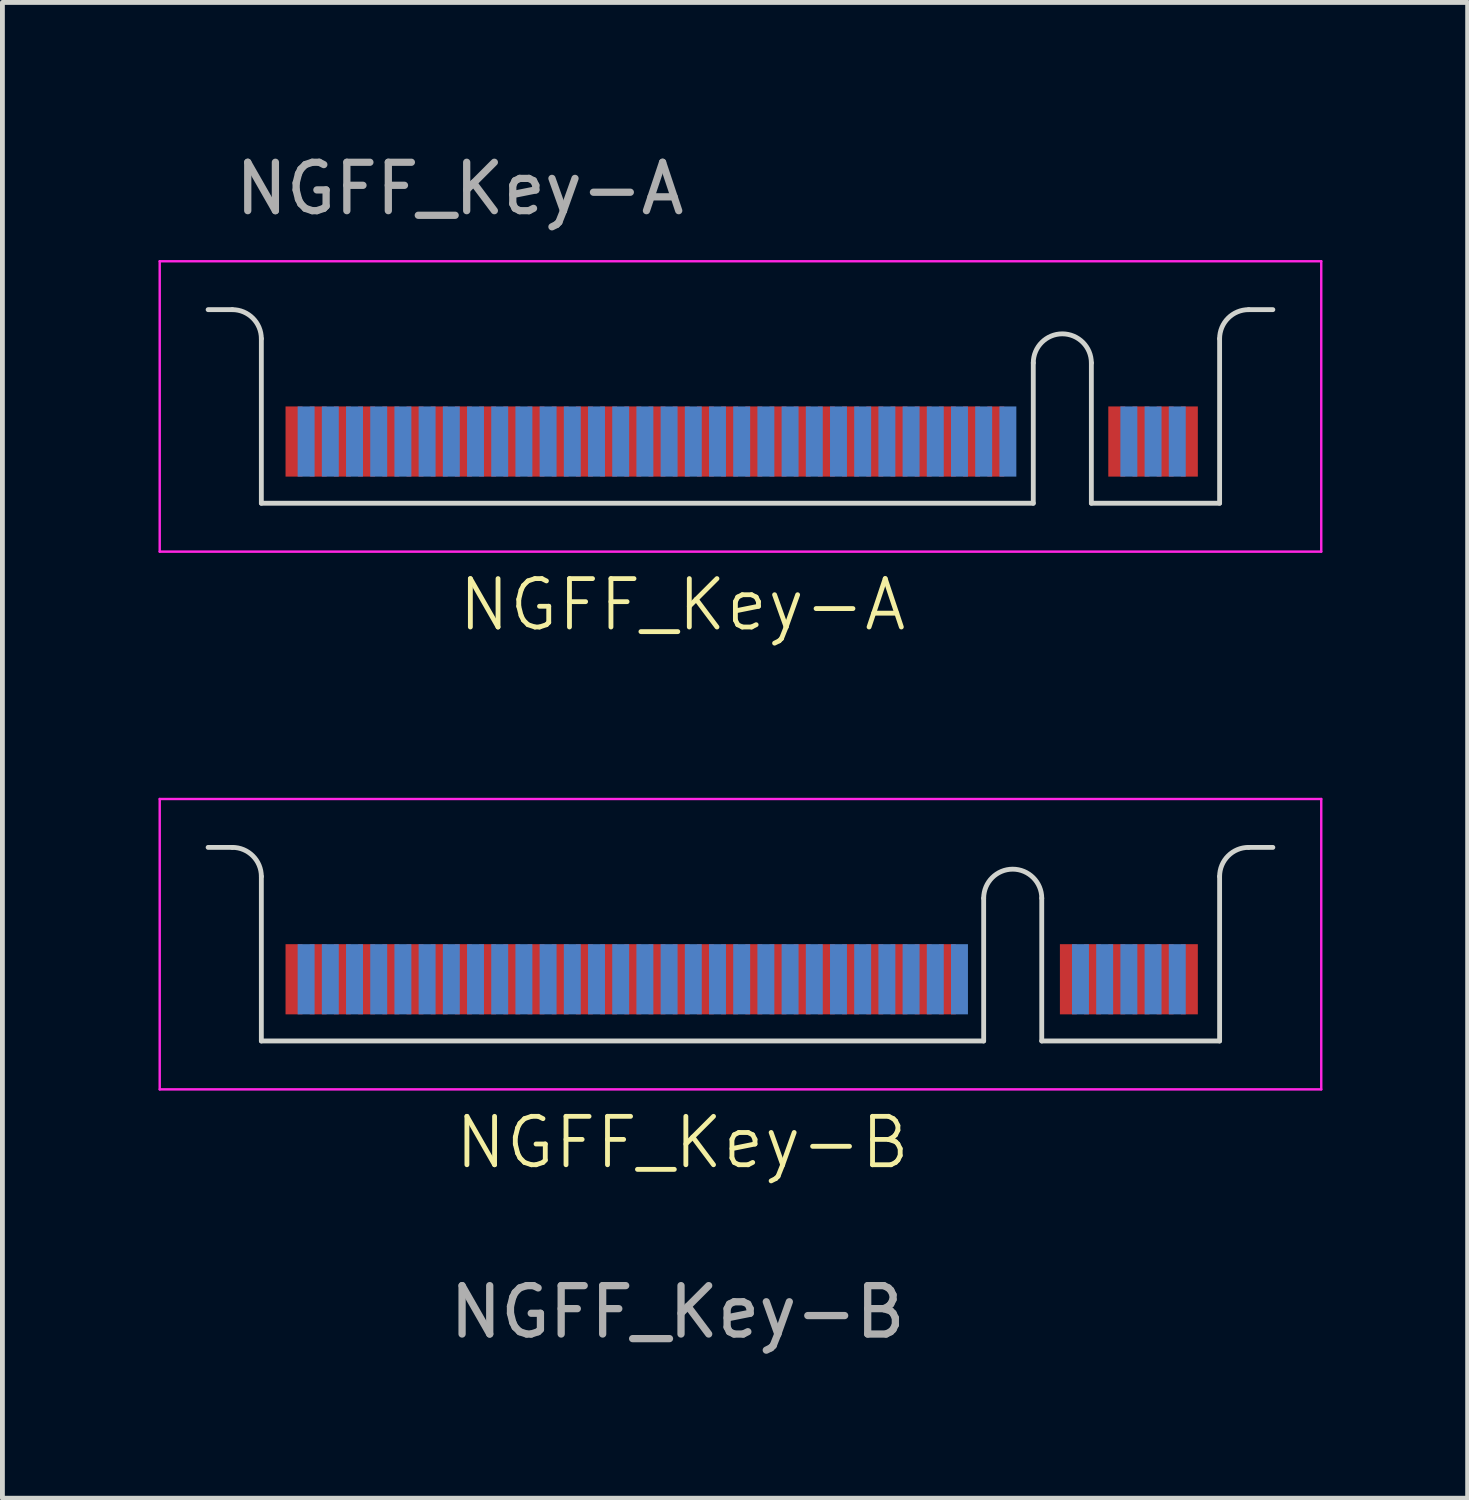
<source format=kicad_pcb>
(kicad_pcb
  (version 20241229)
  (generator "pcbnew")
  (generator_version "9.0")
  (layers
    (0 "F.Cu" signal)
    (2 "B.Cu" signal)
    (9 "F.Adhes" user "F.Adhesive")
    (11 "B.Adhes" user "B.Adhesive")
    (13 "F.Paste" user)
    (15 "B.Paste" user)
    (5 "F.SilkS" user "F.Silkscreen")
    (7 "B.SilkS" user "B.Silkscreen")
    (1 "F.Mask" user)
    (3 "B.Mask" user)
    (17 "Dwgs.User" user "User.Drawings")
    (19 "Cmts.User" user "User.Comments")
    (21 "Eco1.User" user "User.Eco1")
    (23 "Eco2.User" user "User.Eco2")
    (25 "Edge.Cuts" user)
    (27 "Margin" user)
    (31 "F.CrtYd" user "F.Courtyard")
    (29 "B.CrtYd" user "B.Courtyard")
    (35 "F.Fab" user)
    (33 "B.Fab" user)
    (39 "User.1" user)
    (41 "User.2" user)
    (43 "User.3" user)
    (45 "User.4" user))
  (footprint "NGFF_Key-B"
    (layer "F.Cu")
    (at 0.25 13.459)
    (property "Reference" "NGFF_Key-B" (at 10.8 7.1 0) (unlocked yes) (layer "F.SilkS") (effects (font (size 1 1) (thickness 0.1))))
    (attr smd)
    (fp_line (start 1 1) (end 1.5 1) (stroke (width 0.1) (type default)) (layer "Edge.Cuts"))
    (fp_line (start 2.1 1.6) (end 2.1 5) (stroke (width 0.1) (type default)) (layer "Edge.Cuts"))
    (fp_line (start 2.1 5) (end 17.025 5) (stroke (width 0.1) (type solid)) (layer "Edge.Cuts"))
    (fp_line (start 17.025 5) (end 17.025 2.05) (stroke (width 0.1) (type solid)) (layer "Edge.Cuts"))
    (fp_line (start 18.225 2.05) (end 18.225 5) (stroke (width 0.1) (type solid)) (layer "Edge.Cuts"))
    (fp_line (start 18.225 5) (end 21.9 5) (stroke (width 0.1) (type solid)) (layer "Edge.Cuts"))
    (fp_line (start 21.9 1.6) (end 21.9 5) (stroke (width 0.1) (type default)) (layer "Edge.Cuts"))
    (fp_line (start 23 1) (end 22.5 1) (stroke (width 0.1) (type default)) (layer "Edge.Cuts"))
    (fp_arc (start 1.5 1) (mid 1.924264 1.175736) (end 2.1 1.6) (stroke (width 0.1) (type default)) (layer "Edge.Cuts"))
    (fp_arc (start 17.025 2.05) (mid 17.625 1.45) (end 18.225 2.05) (stroke (width 0.1) (type solid)) (layer "Edge.Cuts"))
    (fp_arc (start 21.9 1.6) (mid 22.075736 1.175736) (end 22.5 1) (stroke (width 0.1) (type default)) (layer "Edge.Cuts"))
    (fp_line (start 0 0) (end 0 6) (stroke (width 0.05) (type default)) (layer "F.CrtYd"))
    (fp_line (start 0 6) (end 24 6) (stroke (width 0.05) (type default)) (layer "F.CrtYd"))
    (fp_line (start 24 0) (end 0 0) (stroke (width 0.05) (type default)) (layer "F.CrtYd"))
    (fp_line (start 24 6) (end 24 0) (stroke (width 0.05) (type default)) (layer "F.CrtYd"))
    (fp_text user "${REFERENCE}" (at 10.7 10.6 0) (unlocked yes) (layer "F.Fab") (effects (font (size 1 1) (thickness 0.15))))
    (pad "1" connect rect (at 21.275 3.725) (size 0.35 1.45) (layers "F.Cu" "F.Mask"))
    (pad "2" connect rect (at 21.025 3.725) (size 0.35 1.45) (layers "B.Cu" "B.Mask"))
    (pad "3" connect rect (at 20.775 3.725) (size 0.35 1.45) (layers "F.Cu" "F.Mask"))
    (pad "4" connect rect (at 20.525 3.725) (size 0.35 1.45) (layers "B.Cu" "B.Mask"))
    (pad "5" connect rect (at 20.275 3.725) (size 0.35 1.45) (layers "F.Cu" "F.Mask"))
    (pad "6" connect rect (at 20.025 3.725) (size 0.35 1.45) (layers "B.Cu" "B.Mask"))
    (pad "7" connect rect (at 19.775 3.725) (size 0.35 1.45) (layers "F.Cu" "F.Mask"))
    (pad "8" connect rect (at 19.525 3.725) (size 0.35 1.45) (layers "B.Cu" "B.Mask"))
    (pad "9" connect rect (at 19.275 3.725) (size 0.35 1.45) (layers "F.Cu" "F.Mask"))
    (pad "10" connect rect (at 19.025 3.725) (size 0.35 1.45) (layers "B.Cu" "B.Mask"))
    (pad "11" connect rect (at 18.775 3.725) (size 0.35 1.45) (layers "F.Cu" "F.Mask"))
    (pad "20" connect rect (at 16.525 3.725) (size 0.35 1.45) (layers "B.Cu" "B.Mask"))
    (pad "21" connect rect (at 16.275 3.725) (size 0.35 1.45) (layers "F.Cu" "F.Mask"))
    (pad "22" connect rect (at 16.025 3.725) (size 0.35 1.45) (layers "B.Cu" "B.Mask"))
    (pad "23" connect rect (at 15.775 3.725) (size 0.35 1.45) (layers "F.Cu" "F.Mask"))
    (pad "24" connect rect (at 15.525 3.725) (size 0.35 1.45) (layers "B.Cu" "B.Mask"))
    (pad "25" connect rect (at 15.275 3.725) (size 0.35 1.45) (layers "F.Cu" "F.Mask"))
    (pad "26" connect rect (at 15.025 3.725) (size 0.35 1.45) (layers "B.Cu" "B.Mask"))
    (pad "27" connect rect (at 14.775 3.725) (size 0.35 1.45) (layers "F.Cu" "F.Mask"))
    (pad "28" connect rect (at 14.525 3.725) (size 0.35 1.45) (layers "B.Cu" "B.Mask"))
    (pad "29" connect rect (at 14.275 3.725) (size 0.35 1.45) (layers "F.Cu" "F.Mask"))
    (pad "30" connect rect (at 14.025 3.725) (size 0.35 1.45) (layers "B.Cu" "B.Mask"))
    (pad "31" connect rect (at 13.775 3.725) (size 0.35 1.45) (layers "F.Cu" "F.Mask"))
    (pad "32" connect rect (at 13.525 3.725) (size 0.35 1.45) (layers "B.Cu" "B.Mask"))
    (pad "33" connect rect (at 13.275 3.725) (size 0.35 1.45) (layers "F.Cu" "F.Mask"))
    (pad "34" connect rect (at 13.025 3.725) (size 0.35 1.45) (layers "B.Cu" "B.Mask"))
    (pad "35" connect rect (at 12.775 3.725) (size 0.35 1.45) (layers "F.Cu" "F.Mask"))
    (pad "36" connect rect (at 12.525 3.725) (size 0.35 1.45) (layers "B.Cu" "B.Mask"))
    (pad "37" connect rect (at 12.275 3.725) (size 0.35 1.45) (layers "F.Cu" "F.Mask"))
    (pad "38" connect rect (at 12.025 3.725) (size 0.35 1.45) (layers "B.Cu" "B.Mask"))
    (pad "39" connect rect (at 11.775 3.725) (size 0.35 1.45) (layers "F.Cu" "F.Mask"))
    (pad "40" connect rect (at 11.525 3.725) (size 0.35 1.45) (layers "B.Cu" "B.Mask"))
    (pad "41" connect rect (at 11.275 3.725) (size 0.35 1.45) (layers "F.Cu" "F.Mask"))
    (pad "42" connect rect (at 11.025 3.725) (size 0.35 1.45) (layers "B.Cu" "B.Mask"))
    (pad "43" connect rect (at 10.775 3.725) (size 0.35 1.45) (layers "F.Cu" "F.Mask"))
    (pad "44" connect rect (at 10.525 3.725) (size 0.35 1.45) (layers "B.Cu" "B.Mask"))
    (pad "45" connect rect (at 10.275 3.725) (size 0.35 1.45) (layers "F.Cu" "F.Mask"))
    (pad "46" connect rect (at 10.025 3.725) (size 0.35 1.45) (layers "B.Cu" "B.Mask"))
    (pad "47" connect rect (at 9.775 3.725) (size 0.35 1.45) (layers "F.Cu" "F.Mask"))
    (pad "48" connect rect (at 9.525 3.725) (size 0.35 1.45) (layers "B.Cu" "B.Mask"))
    (pad "49" connect rect (at 9.275 3.725) (size 0.35 1.45) (layers "F.Cu" "F.Mask"))
    (pad "50" connect rect (at 9.025 3.725) (size 0.35 1.45) (layers "B.Cu" "B.Mask"))
    (pad "51" connect rect (at 8.775 3.725) (size 0.35 1.45) (layers "F.Cu" "F.Mask"))
    (pad "52" connect rect (at 8.525 3.725) (size 0.35 1.45) (layers "B.Cu" "B.Mask"))
    (pad "53" connect rect (at 8.275 3.725) (size 0.35 1.45) (layers "F.Cu" "F.Mask"))
    (pad "54" connect rect (at 8.025 3.725) (size 0.35 1.45) (layers "B.Cu" "B.Mask"))
    (pad "55" connect rect (at 7.775 3.725) (size 0.35 1.45) (layers "F.Cu" "F.Mask"))
    (pad "56" connect rect (at 7.525 3.725) (size 0.35 1.45) (layers "B.Cu" "B.Mask"))
    (pad "57" connect rect (at 7.275 3.725) (size 0.35 1.45) (layers "F.Cu" "F.Mask"))
    (pad "58" connect rect (at 7.025 3.725) (size 0.35 1.45) (layers "B.Cu" "B.Mask"))
    (pad "59" connect rect (at 6.775 3.725) (size 0.35 1.45) (layers "F.Cu" "F.Mask"))
    (pad "60" connect rect (at 6.525 3.725) (size 0.35 1.45) (layers "B.Cu" "B.Mask"))
    (pad "61" connect rect (at 6.275 3.725) (size 0.35 1.45) (layers "F.Cu" "F.Mask"))
    (pad "62" connect rect (at 6.025 3.725) (size 0.35 1.45) (layers "B.Cu" "B.Mask"))
    (pad "63" connect rect (at 5.775 3.725) (size 0.35 1.45) (layers "F.Cu" "F.Mask"))
    (pad "64" connect rect (at 5.525 3.725) (size 0.35 1.45) (layers "B.Cu" "B.Mask"))
    (pad "65" connect rect (at 5.275 3.725) (size 0.35 1.45) (layers "F.Cu" "F.Mask"))
    (pad "66" connect rect (at 5.025 3.725) (size 0.35 1.45) (layers "B.Cu" "B.Mask"))
    (pad "67" connect rect (at 4.775 3.725) (size 0.35 1.45) (layers "F.Cu" "F.Mask"))
    (pad "68" connect rect (at 4.525 3.725) (size 0.35 1.45) (layers "B.Cu" "B.Mask"))
    (pad "69" connect rect (at 4.275 3.725) (size 0.35 1.45) (layers "F.Cu" "F.Mask"))
    (pad "70" connect rect (at 4.025 3.725) (size 0.35 1.45) (layers "B.Cu" "B.Mask"))
    (pad "71" connect rect (at 3.775 3.725) (size 0.35 1.45) (layers "F.Cu" "F.Mask"))
    (pad "72" connect rect (at 3.525 3.725) (size 0.35 1.45) (layers "B.Cu" "B.Mask"))
    (pad "73" connect rect (at 3.275 3.725) (size 0.35 1.45) (layers "F.Cu" "F.Mask"))
    (pad "74" connect rect (at 3.025 3.725) (size 0.35 1.45) (layers "B.Cu" "B.Mask"))
    (pad "75" connect rect (at 2.775 3.725) (size 0.35 1.45) (layers "F.Cu" "F.Mask")))
  (footprint "NGFF_Key-A"
    (layer "F.Cu")
    (at 0.25 2.348)
    (property "Reference" "NGFF_Key-A" (at 10.8 7.1 0) (unlocked yes) (layer "F.SilkS") (effects (font (size 1 1) (thickness 0.1))))
    (attr smd)
    (fp_line (start 1 1) (end 1.5 1) (stroke (width 0.1) (type default)) (layer "Edge.Cuts"))
    (fp_line (start 2.1 1.6) (end 2.1 5) (stroke (width 0.1) (type default)) (layer "Edge.Cuts"))
    (fp_line (start 2.1 5) (end 18.05 5) (stroke (width 0.1) (type solid)) (layer "Edge.Cuts"))
    (fp_line (start 18.05 5) (end 18.05 2.1) (stroke (width 0.1) (type solid)) (layer "Edge.Cuts"))
    (fp_line (start 19.25 2.1) (end 19.25 5) (stroke (width 0.1) (type solid)) (layer "Edge.Cuts"))
    (fp_line (start 19.25 5) (end 21.9 5) (stroke (width 0.1) (type default)) (layer "Edge.Cuts"))
    (fp_line (start 21.9 1.6) (end 21.9 5) (stroke (width 0.1) (type default)) (layer "Edge.Cuts"))
    (fp_line (start 23 1) (end 22.5 1) (stroke (width 0.1) (type default)) (layer "Edge.Cuts"))
    (fp_arc (start 1.5 1) (mid 1.924264 1.175736) (end 2.1 1.6) (stroke (width 0.1) (type default)) (layer "Edge.Cuts"))
    (fp_arc (start 18.05 2.1) (mid 18.65 1.5) (end 19.25 2.1) (stroke (width 0.1) (type solid)) (layer "Edge.Cuts"))
    (fp_arc (start 21.9 1.6) (mid 22.075736 1.175736) (end 22.5 1) (stroke (width 0.1) (type default)) (layer "Edge.Cuts"))
    (fp_line (start 0 0) (end 0 6) (stroke (width 0.05) (type default)) (layer "F.CrtYd"))
    (fp_line (start 0 6) (end 24 6) (stroke (width 0.05) (type default)) (layer "F.CrtYd"))
    (fp_line (start 24 0) (end 0 0) (stroke (width 0.05) (type default)) (layer "F.CrtYd"))
    (fp_line (start 24 6) (end 24 0) (stroke (width 0.05) (type solid)) (layer "F.CrtYd"))
    (fp_text user "${REFERENCE}" (at 6.2 -1.5 0) (unlocked yes) (layer "F.Fab") (effects (font (size 1 1) (thickness 0.15))))
    (pad "1" connect rect (at 21.275 3.725) (size 0.35 1.45) (layers "F.Cu" "F.Mask"))
    (pad "2" connect rect (at 21.025 3.725) (size 0.35 1.45) (layers "B.Cu" "B.Mask"))
    (pad "3" connect rect (at 20.775 3.725) (size 0.35 1.45) (layers "F.Cu" "F.Mask"))
    (pad "4" connect rect (at 20.525 3.725) (size 0.35 1.45) (layers "B.Cu" "B.Mask"))
    (pad "5" connect rect (at 20.275 3.725) (size 0.35 1.45) (layers "F.Cu" "F.Mask"))
    (pad "6" connect rect (at 20.025 3.725) (size 0.35 1.45) (layers "B.Cu" "B.Mask"))
    (pad "7" connect rect (at 19.775 3.725) (size 0.35 1.45) (layers "F.Cu" "F.Mask"))
    (pad "16" connect rect (at 17.525 3.725) (size 0.35 1.45) (layers "B.Cu" "B.Mask"))
    (pad "17" connect rect (at 17.275 3.725) (size 0.35 1.45) (layers "F.Cu" "F.Mask"))
    (pad "18" connect rect (at 17.025 3.725) (size 0.35 1.45) (layers "B.Cu" "B.Mask"))
    (pad "19" connect rect (at 16.775 3.725) (size 0.35 1.45) (layers "F.Cu" "F.Mask"))
    (pad "20" connect rect (at 16.525 3.725) (size 0.35 1.45) (layers "B.Cu" "B.Mask"))
    (pad "21" connect rect (at 16.275 3.725) (size 0.35 1.45) (layers "F.Cu" "F.Mask"))
    (pad "22" connect rect (at 16.025 3.725) (size 0.35 1.45) (layers "B.Cu" "B.Mask"))
    (pad "23" connect rect (at 15.775 3.725) (size 0.35 1.45) (layers "F.Cu" "F.Mask"))
    (pad "24" connect rect (at 15.525 3.725) (size 0.35 1.45) (layers "B.Cu" "B.Mask"))
    (pad "25" connect rect (at 15.275 3.725) (size 0.35 1.45) (layers "F.Cu" "F.Mask"))
    (pad "26" connect rect (at 15.025 3.725) (size 0.35 1.45) (layers "B.Cu" "B.Mask"))
    (pad "27" connect rect (at 14.775 3.725) (size 0.35 1.45) (layers "F.Cu" "F.Mask"))
    (pad "28" connect rect (at 14.525 3.725) (size 0.35 1.45) (layers "B.Cu" "B.Mask"))
    (pad "29" connect rect (at 14.275 3.725) (size 0.35 1.45) (layers "F.Cu" "F.Mask"))
    (pad "30" connect rect (at 14.025 3.725) (size 0.35 1.45) (layers "B.Cu" "B.Mask"))
    (pad "31" connect rect (at 13.775 3.725) (size 0.35 1.45) (layers "F.Cu" "F.Mask"))
    (pad "32" connect rect (at 13.525 3.725) (size 0.35 1.45) (layers "B.Cu" "B.Mask"))
    (pad "33" connect rect (at 13.275 3.725) (size 0.35 1.45) (layers "F.Cu" "F.Mask"))
    (pad "34" connect rect (at 13.025 3.725) (size 0.35 1.45) (layers "B.Cu" "B.Mask"))
    (pad "35" connect rect (at 12.775 3.725) (size 0.35 1.45) (layers "F.Cu" "F.Mask"))
    (pad "36" connect rect (at 12.525 3.725) (size 0.35 1.45) (layers "B.Cu" "B.Mask"))
    (pad "37" connect rect (at 12.275 3.725) (size 0.35 1.45) (layers "F.Cu" "F.Mask"))
    (pad "38" connect rect (at 12.025 3.725) (size 0.35 1.45) (layers "B.Cu" "B.Mask"))
    (pad "39" connect rect (at 11.775 3.725) (size 0.35 1.45) (layers "F.Cu" "F.Mask"))
    (pad "40" connect rect (at 11.525 3.725) (size 0.35 1.45) (layers "B.Cu" "B.Mask"))
    (pad "41" connect rect (at 11.275 3.725) (size 0.35 1.45) (layers "F.Cu" "F.Mask"))
    (pad "42" connect rect (at 11.025 3.725) (size 0.35 1.45) (layers "B.Cu" "B.Mask"))
    (pad "43" connect rect (at 10.775 3.725) (size 0.35 1.45) (layers "F.Cu" "F.Mask"))
    (pad "44" connect rect (at 10.525 3.725) (size 0.35 1.45) (layers "B.Cu" "B.Mask"))
    (pad "45" connect rect (at 10.275 3.725) (size 0.35 1.45) (layers "F.Cu" "F.Mask"))
    (pad "46" connect rect (at 10.025 3.725) (size 0.35 1.45) (layers "B.Cu" "B.Mask"))
    (pad "47" connect rect (at 9.775 3.725) (size 0.35 1.45) (layers "F.Cu" "F.Mask"))
    (pad "48" connect rect (at 9.525 3.725) (size 0.35 1.45) (layers "B.Cu" "B.Mask"))
    (pad "49" connect rect (at 9.275 3.725) (size 0.35 1.45) (layers "F.Cu" "F.Mask"))
    (pad "50" connect rect (at 9.025 3.725) (size 0.35 1.45) (layers "B.Cu" "B.Mask"))
    (pad "51" connect rect (at 8.775 3.725) (size 0.35 1.45) (layers "F.Cu" "F.Mask"))
    (pad "52" connect rect (at 8.525 3.725) (size 0.35 1.45) (layers "B.Cu" "B.Mask"))
    (pad "53" connect rect (at 8.275 3.725) (size 0.35 1.45) (layers "F.Cu" "F.Mask"))
    (pad "54" connect rect (at 8.025 3.725) (size 0.35 1.45) (layers "B.Cu" "B.Mask"))
    (pad "55" connect rect (at 7.775 3.725) (size 0.35 1.45) (layers "F.Cu" "F.Mask"))
    (pad "56" connect rect (at 7.525 3.725) (size 0.35 1.45) (layers "B.Cu" "B.Mask"))
    (pad "57" connect rect (at 7.275 3.725) (size 0.35 1.45) (layers "F.Cu" "F.Mask"))
    (pad "58" connect rect (at 7.025 3.725) (size 0.35 1.45) (layers "B.Cu" "B.Mask"))
    (pad "59" connect rect (at 6.775 3.725) (size 0.35 1.45) (layers "F.Cu" "F.Mask"))
    (pad "60" connect rect (at 6.525 3.725) (size 0.35 1.45) (layers "B.Cu" "B.Mask"))
    (pad "61" connect rect (at 6.275 3.725) (size 0.35 1.45) (layers "F.Cu" "F.Mask"))
    (pad "62" connect rect (at 6.025 3.725) (size 0.35 1.45) (layers "B.Cu" "B.Mask"))
    (pad "63" connect rect (at 5.775 3.725) (size 0.35 1.45) (layers "F.Cu" "F.Mask"))
    (pad "64" connect rect (at 5.525 3.725) (size 0.35 1.45) (layers "B.Cu" "B.Mask"))
    (pad "65" connect rect (at 5.275 3.725) (size 0.35 1.45) (layers "F.Cu" "F.Mask"))
    (pad "66" connect rect (at 5.025 3.725) (size 0.35 1.45) (layers "B.Cu" "B.Mask"))
    (pad "67" connect rect (at 4.775 3.725) (size 0.35 1.45) (layers "F.Cu" "F.Mask"))
    (pad "68" connect rect (at 4.525 3.725) (size 0.35 1.45) (layers "B.Cu" "B.Mask"))
    (pad "69" connect rect (at 4.275 3.725) (size 0.35 1.45) (layers "F.Cu" "F.Mask"))
    (pad "70" connect rect (at 4.025 3.725) (size 0.35 1.45) (layers "B.Cu" "B.Mask"))
    (pad "71" connect rect (at 3.775 3.725) (size 0.35 1.45) (layers "F.Cu" "F.Mask"))
    (pad "72" connect rect (at 3.525 3.725) (size 0.35 1.45) (layers "B.Cu" "B.Mask"))
    (pad "73" connect rect (at 3.275 3.725) (size 0.35 1.45) (layers "F.Cu" "F.Mask"))
    (pad "74" connect rect (at 3.025 3.725) (size 0.35 1.45) (layers "B.Cu" "B.Mask"))
    (pad "75" connect rect (at 2.775 3.725) (size 0.35 1.45) (layers "F.Cu" "F.Mask")))
  (gr_rect
    (start -3 -3)
    (end 27.275 27.907)
    (stroke (width 0.1) (type default))
    (fill no)
    (layer "Edge.Cuts")))
</source>
